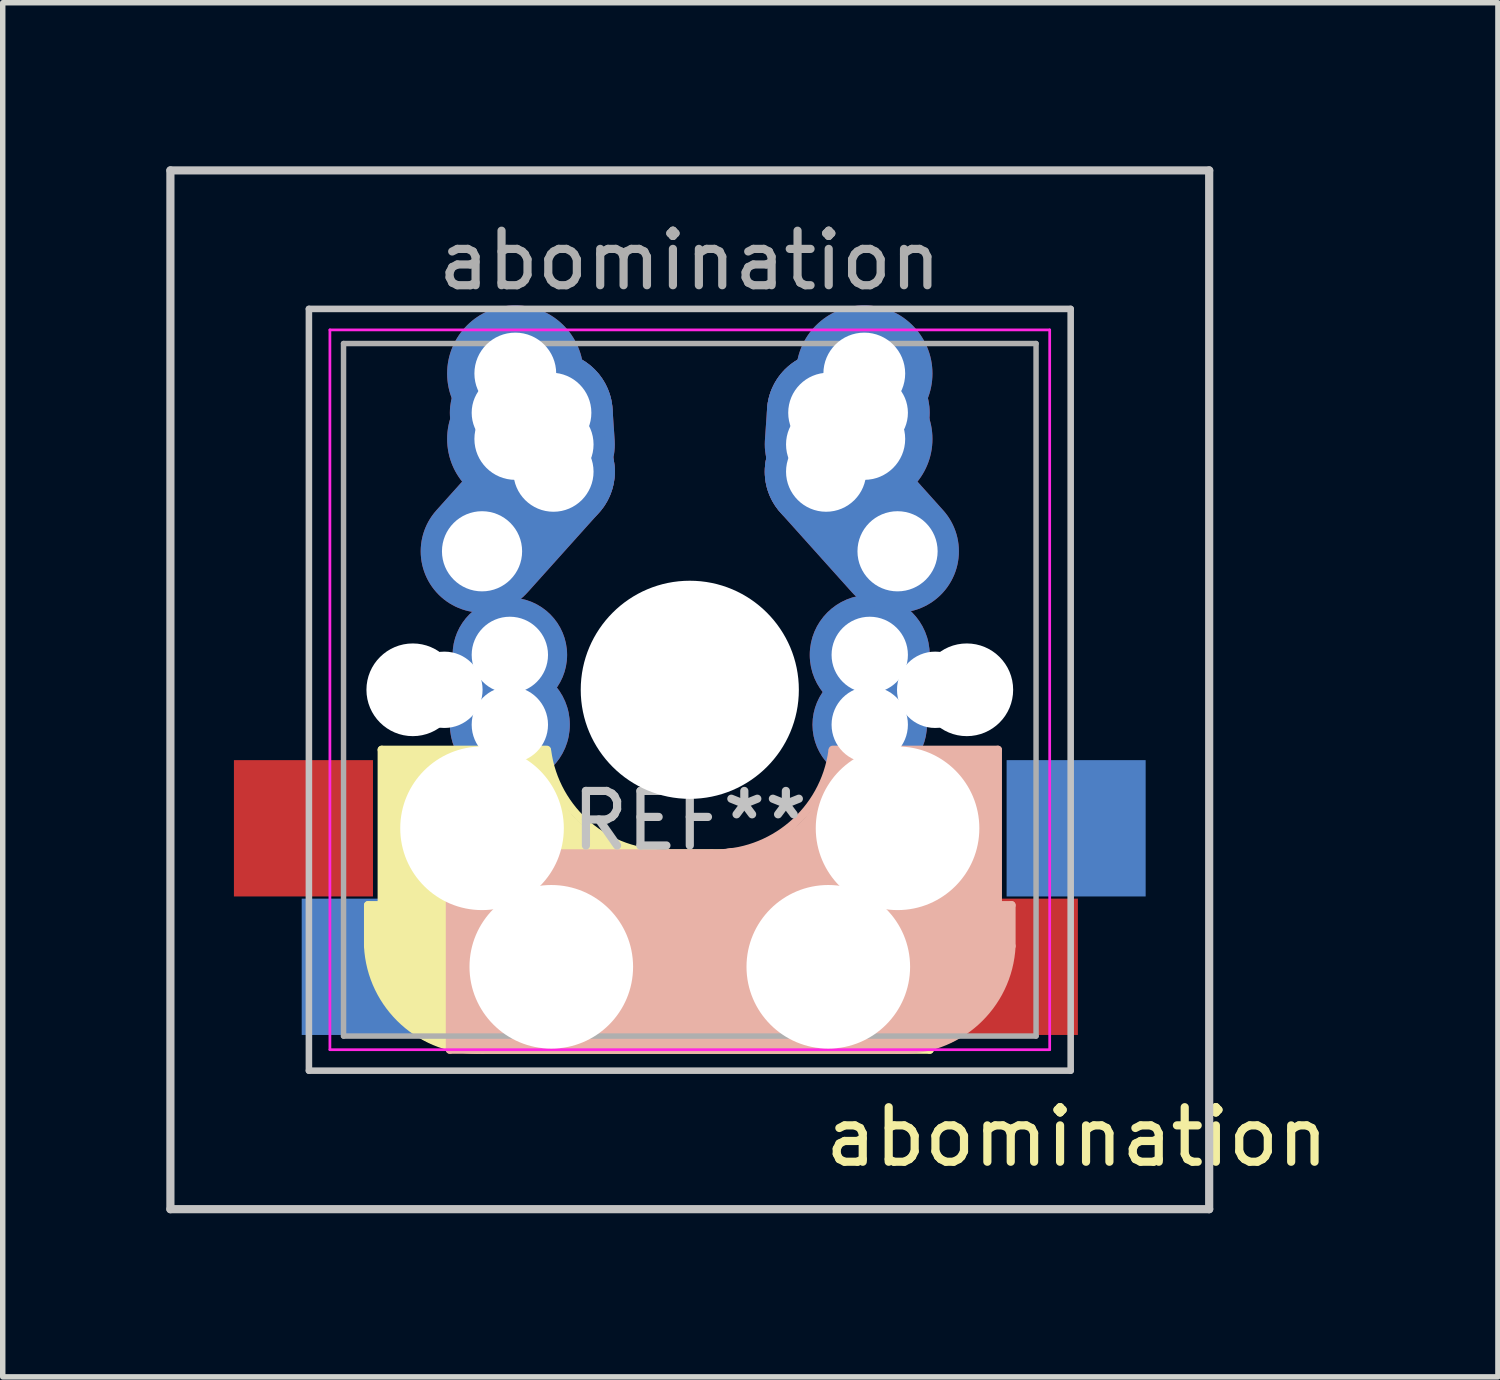
<source format=kicad_pcb>
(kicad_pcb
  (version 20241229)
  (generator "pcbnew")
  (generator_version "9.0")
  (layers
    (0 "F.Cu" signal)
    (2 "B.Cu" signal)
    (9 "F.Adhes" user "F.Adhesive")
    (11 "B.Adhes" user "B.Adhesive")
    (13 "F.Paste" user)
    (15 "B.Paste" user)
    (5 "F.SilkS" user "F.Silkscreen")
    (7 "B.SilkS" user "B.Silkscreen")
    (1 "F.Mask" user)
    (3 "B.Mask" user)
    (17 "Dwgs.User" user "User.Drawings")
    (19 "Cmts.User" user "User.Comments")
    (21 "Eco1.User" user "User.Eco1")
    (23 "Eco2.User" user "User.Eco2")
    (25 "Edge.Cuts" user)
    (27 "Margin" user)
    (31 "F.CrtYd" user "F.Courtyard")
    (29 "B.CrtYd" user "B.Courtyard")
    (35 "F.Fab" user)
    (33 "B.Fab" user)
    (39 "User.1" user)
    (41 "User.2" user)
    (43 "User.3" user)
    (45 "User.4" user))
  (footprint "abomination"
    (layer "F.Cu")
    (at 9.6 9.6)
    (property "Reference" "abomination" (at 7.1 8.2 180) (layer "F.SilkS") (effects (font (size 1 1) (thickness 0.15))))
    (fp_line (start -5.9 3.95) (end -5.7 3.95) (stroke (width 0.15) (type solid)) (layer "F.SilkS"))
    (fp_line (start -5.9 4.7) (end -5.9 3.95) (stroke (width 0.15) (type solid)) (layer "F.SilkS"))
    (fp_line (start -5.8 4.05) (end -5.8 4.7) (stroke (width 0.3) (type solid)) (layer "F.SilkS"))
    (fp_line (start -5.65 1.1) (end -2.62 1.1) (stroke (width 0.15) (type solid)) (layer "F.SilkS"))
    (fp_line (start -5.65 5.55) (end -5.65 1.1) (stroke (width 0.15) (type solid)) (layer "F.SilkS"))
    (fp_line (start -5.45 1.3) (end -3 1.3) (stroke (width 0.5) (type solid)) (layer "F.SilkS"))
    (fp_line (start -5.3 1.6) (end -5.3 3.4) (stroke (width 0.8) (type solid)) (layer "F.SilkS"))
    (fp_line (start -4.17 5.1) (end -4.17 2.86) (stroke (width 3) (type solid)) (layer "F.SilkS"))
    (fp_line (start -1 0) (end 1 0) (stroke (width 0.15) (type solid)) (layer "F.SilkS"))
    (fp_line (start -0.4 3) (end 4.4 3) (stroke (width 0.15) (type solid)) (layer "F.SilkS"))
    (fp_line (start 0 -1) (end 0 1) (stroke (width 0.15) (type solid)) (layer "F.SilkS"))
    (fp_line (start 2.6 4.8) (end -4.1 4.8) (stroke (width 3.5) (type solid)) (layer "F.SilkS"))
    (fp_line (start 3.9 6) (end 3.9 3.5) (stroke (width 1) (type solid)) (layer "F.SilkS"))
    (fp_line (start 4.2 3.25) (end 2.9 3.3) (stroke (width 0.5) (type solid)) (layer "F.SilkS"))
    (fp_line (start 4.25 6.4) (end 3 6.4) (stroke (width 0.4) (type solid)) (layer "F.SilkS"))
    (fp_line (start 4.38 4) (end 4.38 6.25) (stroke (width 0.15) (type solid)) (layer "F.SilkS"))
    (fp_line (start 4.4 3) (end 4.4 6.6) (stroke (width 0.15) (type solid)) (layer "F.SilkS"))
    (fp_line (start 4.4 6.6) (end -3.8 6.6) (stroke (width 0.15) (type solid)) (layer "F.SilkS"))
    (fp_arc (start -3.800001 6.6) (mid -5.243504 6.084924) (end -5.9 4.699999) (stroke (width 0.15) (type solid)) (layer "F.SilkS"))
    (fp_arc (start -0.8 3.4) (mid -2.268709 2.886118) (end -3.016318 1.521471) (stroke (width 1) (type solid)) (layer "F.SilkS"))
    (fp_arc (start -0.4 3) (mid -1.868709 2.486118) (end -2.616318 1.121471) (stroke (width 0.15) (type solid)) (layer "F.SilkS"))
    (fp_line (start -4.4 3) (end -4.4 6.6) (stroke (width 0.15) (type solid)) (layer "B.SilkS"))
    (fp_line (start -4.4 6.6) (end 3.8 6.6) (stroke (width 0.15) (type solid)) (layer "B.SilkS"))
    (fp_line (start -4.38 4) (end -4.38 6.25) (stroke (width 0.15) (type solid)) (layer "B.SilkS"))
    (fp_line (start -4.25 6.4) (end -3 6.4) (stroke (width 0.4) (type solid)) (layer "B.SilkS"))
    (fp_line (start -4.2 3.25) (end -2.9 3.3) (stroke (width 0.5) (type solid)) (layer "B.SilkS"))
    (fp_line (start -3.9 6) (end -3.9 3.5) (stroke (width 1) (type solid)) (layer "B.SilkS"))
    (fp_line (start -2.6 4.8) (end 4.1 4.8) (stroke (width 3.5) (type solid)) (layer "B.SilkS"))
    (fp_line (start -1 0) (end 1 0) (stroke (width 0.15) (type solid)) (layer "B.SilkS"))
    (fp_line (start 0 1) (end 0 -1) (stroke (width 0.15) (type solid)) (layer "B.SilkS"))
    (fp_line (start 0.4 3) (end -4.4 3) (stroke (width 0.15) (type solid)) (layer "B.SilkS"))
    (fp_line (start 4.17 5.1) (end 4.17 2.86) (stroke (width 3) (type solid)) (layer "B.SilkS"))
    (fp_line (start 5.3 1.6) (end 5.3 3.4) (stroke (width 0.8) (type solid)) (layer "B.SilkS"))
    (fp_line (start 5.45 1.3) (end 3 1.3) (stroke (width 0.5) (type solid)) (layer "B.SilkS"))
    (fp_line (start 5.65 1.1) (end 2.62 1.1) (stroke (width 0.15) (type solid)) (layer "B.SilkS"))
    (fp_line (start 5.65 5.55) (end 5.65 1.1) (stroke (width 0.15) (type solid)) (layer "B.SilkS"))
    (fp_line (start 5.8 4.05) (end 5.8 4.7) (stroke (width 0.3) (type solid)) (layer "B.SilkS"))
    (fp_line (start 5.9 3.95) (end 5.7 3.95) (stroke (width 0.15) (type solid)) (layer "B.SilkS"))
    (fp_line (start 5.9 4.7) (end 5.9 3.95) (stroke (width 0.15) (type solid)) (layer "B.SilkS"))
    (fp_arc (start 2.616318 1.121471) (mid 1.868709 2.486118) (end 0.4 3) (stroke (width 0.15) (type solid)) (layer "B.SilkS"))
    (fp_arc (start 3.016318 1.521471) (mid 2.268709 2.886118) (end 0.8 3.4) (stroke (width 1) (type solid)) (layer "B.SilkS"))
    (fp_arc (start 5.9 4.699999) (mid 5.243504 6.084924) (end 3.800001 6.6) (stroke (width 0.15) (type solid)) (layer "B.SilkS"))
    (fp_line (start -9.525 -9.525) (end 9.525 -9.525) (stroke (width 0.15) (type solid)) (layer "Dwgs.User"))
    (fp_line (start -9.525 9.525) (end -9.525 -9.525) (stroke (width 0.15) (type solid)) (layer "Dwgs.User"))
    (fp_line (start -6.985 -6.985) (end 6.985 -6.985) (stroke (width 0.12) (type solid)) (layer "Dwgs.User"))
    (fp_line (start -6.985 6.985) (end -6.985 -6.985) (stroke (width 0.12) (type solid)) (layer "Dwgs.User"))
    (fp_line (start 6.985 -6.985) (end 6.985 6.985) (stroke (width 0.12) (type solid)) (layer "Dwgs.User"))
    (fp_line (start 6.985 6.985) (end -6.985 6.985) (stroke (width 0.12) (type solid)) (layer "Dwgs.User"))
    (fp_line (start 9.525 -9.525) (end 9.525 9.525) (stroke (width 0.15) (type solid)) (layer "Dwgs.User"))
    (fp_line (start 9.525 9.525) (end -9.525 9.525) (stroke (width 0.15) (type solid)) (layer "Dwgs.User"))
    (fp_line (start -6.6 -6.6) (end 6.6 -6.6) (stroke (width 0.05) (type solid)) (layer "F.CrtYd"))
    (fp_line (start -6.6 6.6) (end -6.6 -6.6) (stroke (width 0.05) (type solid)) (layer "F.CrtYd"))
    (fp_line (start 6.6 -6.6) (end 6.6 6.6) (stroke (width 0.05) (type solid)) (layer "F.CrtYd"))
    (fp_line (start 6.6 6.6) (end -6.6 6.6) (stroke (width 0.05) (type solid)) (layer "F.CrtYd"))
    (fp_line (start -6.35 -6.35) (end 6.35 -6.35) (stroke (width 0.1) (type solid)) (layer "F.Fab"))
    (fp_line (start -6.35 6.35) (end -6.35 -6.35) (stroke (width 0.1) (type solid)) (layer "F.Fab"))
    (fp_line (start 6.35 -6.35) (end 6.35 6.35) (stroke (width 0.1) (type solid)) (layer "F.Fab"))
    (fp_line (start 6.35 6.35) (end -6.35 6.35) (stroke (width 0.1) (type solid)) (layer "F.Fab"))
    (fp_text user "REF**" (at 0 2.4 0) (layer "Dwgs.User") (effects (font (size 1 1) (thickness 0.15))))
    (fp_text user "${REFERENCE}" (at 0 -7.874 0) (layer "F.Fab") (effects (font (size 1 1) (thickness 0.15))))
    (pad "" np_thru_hole circle (at -5.08 0) (size 1.7 1.7) (drill 1.7) (layers "*.Cu" "*.Mask"))
    (pad "" np_thru_hole circle (at -4.5 0) (size 1.4 1.4) (drill 1.4) (layers "*.Cu" "*.Mask"))
    (pad "" np_thru_hole circle (at -3.81 2.54 180) (size 3 3) (drill 3) (layers "*.Cu" "*.Mask"))
    (pad "" np_thru_hole circle (at -2.54 5.08 180) (size 3 3) (drill 3) (layers "*.Cu" "*.Mask"))
    (pad "" np_thru_hole circle (at 0 0) (size 4 4) (drill 4) (layers "*.Cu" "*.Mask"))
    (pad "" np_thru_hole circle (at 2.54 5.08 180) (size 3 3) (drill 3) (layers "*.Cu" "*.Mask"))
    (pad "" np_thru_hole circle (at 3.81 2.54 180) (size 3 3) (drill 3) (layers "*.Cu" "*.Mask"))
    (pad "" np_thru_hole circle (at 4.5 0) (size 1.4 1.4) (drill 1.4) (layers "*.Cu" "*.Mask"))
    (pad "" np_thru_hole circle (at 5.08 0) (size 1.7 1.7) (drill 1.7) (layers "*.Cu" "*.Mask"))
    (pad "1" smd rect (at -7.085 2.54) (size 2.55 2.5) (layers "F.Cu" "F.Mask" "F.Paste"))
    (pad "1" thru_hole circle (at -3.3 -5.08 180) (size 2.2 2.2) (drill 1.4) (layers "*.Cu" "*.Mask"))
    (pad "1" thru_hole circle (at -3.3 0.64 180) (size 2.2 2.2) (drill 1.4) (layers "*.Cu" "*.Mask"))
    (pad "1" thru_hole circle (at -3.2 -5.8) (size 2.5 2.5) (drill 1.5) (layers "*.Cu" "*.Mask"))
    (pad "1" thru_hole circle (at -3.2 -4.6) (size 2.5 2.5) (drill 1.5) (layers "*.Cu" "*.Mask"))
    (pad "1" thru_hole oval (at 2.5 -4.5 86.1) (size 2.831 2.25) (drill 1.47 (offset 0.291 0)) (layers "*.Cu" "*.Mask"))
    (pad "1" thru_hole circle (at 2.5 -4) (size 2.25 2.25) (drill 1.47) (layers "*.Cu" "*.Mask"))
    (pad "1" thru_hole circle (at 2.54 -5.08) (size 2.25 2.25) (drill 1.47) (layers "*.Cu" "*.Mask"))
    (pad "1" thru_hole circle (at 3.2 -5.8) (size 2.5 2.5) (drill 1.5) (layers "*.Cu" "*.Mask"))
    (pad "1" thru_hole circle (at 3.2 -4.6) (size 2.5 2.5) (drill 1.5) (layers "*.Cu" "*.Mask"))
    (pad "1" thru_hole circle (at 3.3 -0.64) (size 2.2 2.2) (drill 1.4) (layers "*.Cu" "*.Mask"))
    (pad "1" thru_hole oval (at 3.81 -2.54 311.9) (size 4.212 2.25) (drill 1.47 (offset -0.981 0)) (layers "*.Cu" "*.Mask"))
    (pad "1" smd rect (at 7.085 2.54) (size 2.55 2.5) (layers "B.Cu" "B.Mask" "B.Paste"))
    (pad "2" smd rect (at -5.842 5.08) (size 2.55 2.5) (layers "B.Cu" "B.Mask" "B.Paste"))
    (pad "2" thru_hole oval (at -3.81 -2.54 48.1) (size 4.212 2.25) (drill 1.47 (offset 0.981 0)) (layers "*.Cu" "*.Mask"))
    (pad "2" thru_hole circle (at -3.3 -0.64) (size 2.1 2.1) (drill 1.4) (layers "*.Cu" "*.Mask"))
    (pad "2" thru_hole circle (at -2.54 -5.08) (size 2.25 2.25) (drill 1.47) (layers "*.Cu" "*.Mask"))
    (pad "2" thru_hole oval (at -2.5 -4.5 273.9) (size 2.831 2.25) (drill 1.47 (offset -0.291 0)) (layers "*.Cu" "*.Mask"))
    (pad "2" thru_hole circle (at -2.5 -4) (size 2.25 2.25) (drill 1.47) (layers "*.Cu" "*.Mask"))
    (pad "2" thru_hole circle (at 3.3 -5.08 180) (size 2.2 2.2) (drill 1.4) (layers "*.Cu" "*.Mask"))
    (pad "2" thru_hole circle (at 3.3 0.64 180) (size 2.1 2.1) (drill 1.4) (layers "*.Cu" "*.Mask"))
    (pad "2" smd rect (at 5.842 5.08) (size 2.55 2.5) (layers "F.Cu" "F.Mask" "F.Paste")))
  (gr_rect
    (start -3 -3)
    (end 24.42 22.2)
    (stroke (width 0.1) (type default))
    (fill no)
    (layer "Edge.Cuts")))
</source>
